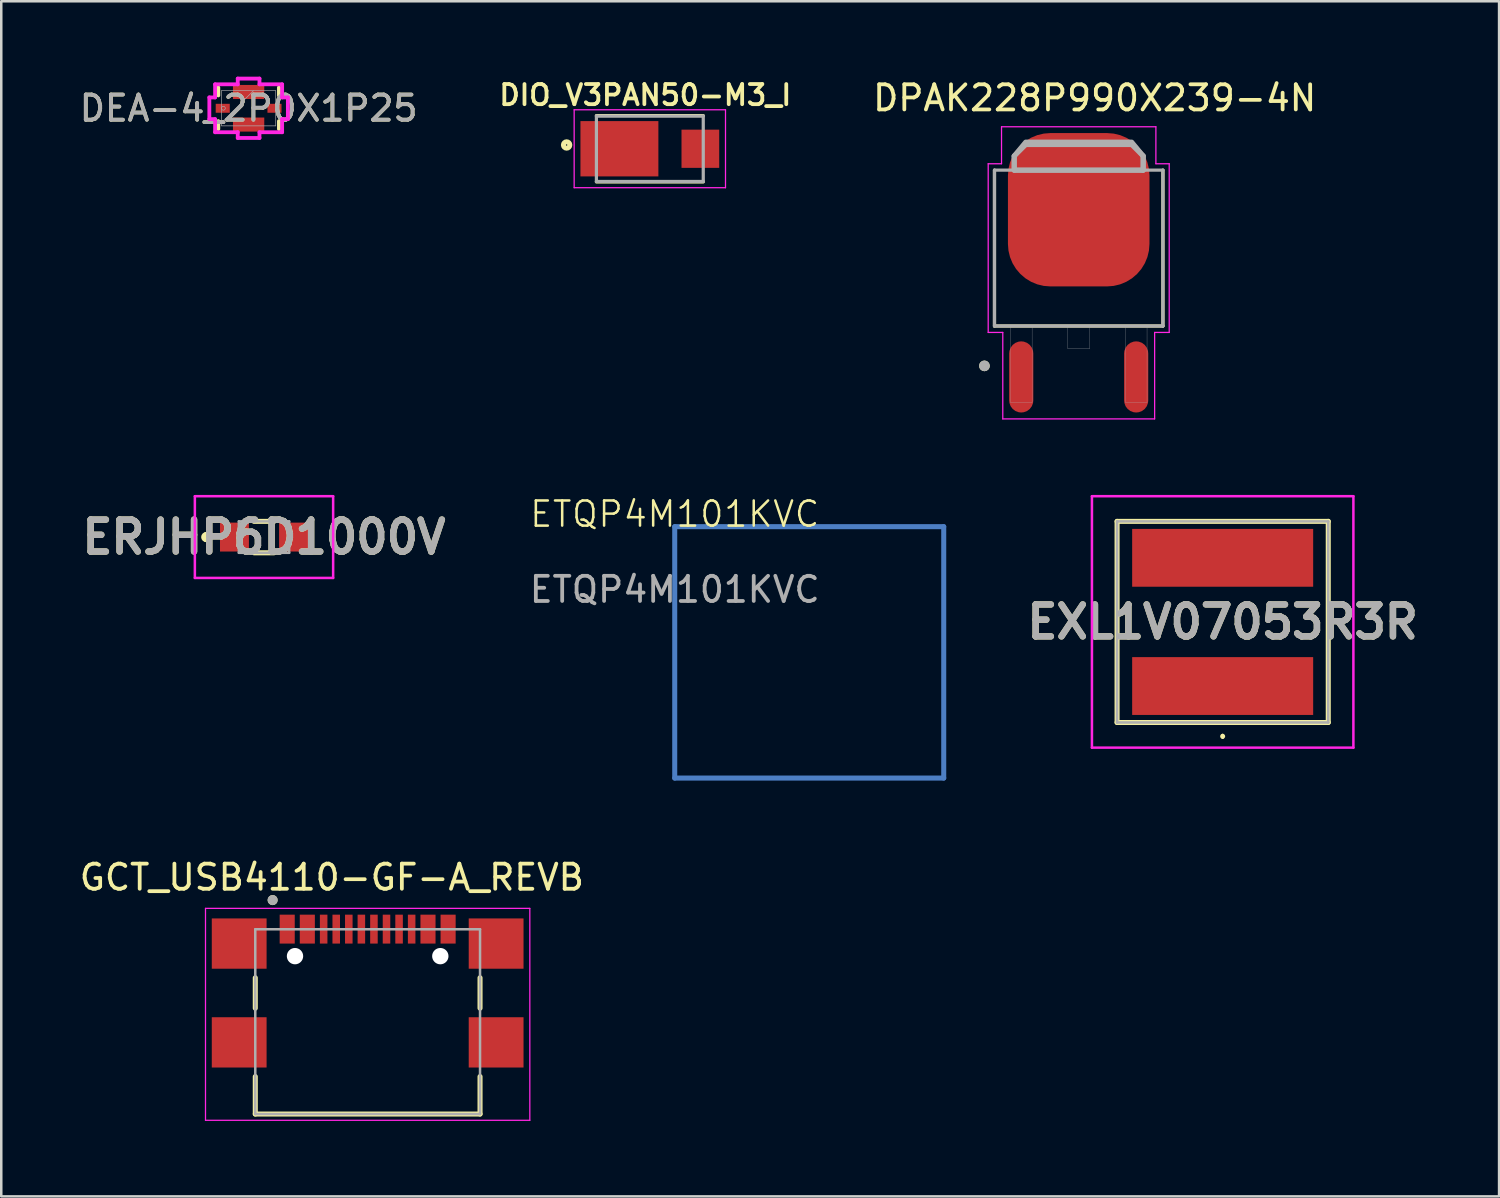
<source format=kicad_pcb>
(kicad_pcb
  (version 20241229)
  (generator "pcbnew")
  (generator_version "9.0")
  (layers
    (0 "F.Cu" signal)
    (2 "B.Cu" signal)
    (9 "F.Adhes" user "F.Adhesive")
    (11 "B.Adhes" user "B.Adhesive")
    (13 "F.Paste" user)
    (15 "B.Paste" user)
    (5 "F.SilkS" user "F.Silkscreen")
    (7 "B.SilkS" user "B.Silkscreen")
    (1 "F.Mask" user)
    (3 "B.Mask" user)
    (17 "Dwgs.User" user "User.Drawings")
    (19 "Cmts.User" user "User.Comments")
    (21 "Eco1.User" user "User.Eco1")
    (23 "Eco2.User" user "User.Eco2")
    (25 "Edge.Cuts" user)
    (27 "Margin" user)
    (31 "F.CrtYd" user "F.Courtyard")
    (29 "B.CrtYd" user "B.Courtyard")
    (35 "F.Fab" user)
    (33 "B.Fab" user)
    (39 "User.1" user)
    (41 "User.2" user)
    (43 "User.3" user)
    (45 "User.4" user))
  (footprint "DPAK228P990X239-4N"
    (layer "F.Cu")
    (at 39.857 7.803)
    (property "Reference" "DPAK228P990X239-4N" (at 0.635 -6.955 0) (layer "F.SilkS") (effects (font (size 1 1) (thickness 0.15))))
    (attr smd)
    (fp_line (start -3.35 2.115) (end -3.35 -4.085) (stroke (width 0.127) (type solid)) (layer "F.SilkS"))
    (fp_line (start 3.35 -4.085) (end 3.35 2.115) (stroke (width 0.127) (type solid)) (layer "F.SilkS"))
    (fp_line (start 3.35 2.115) (end -3.35 2.115) (stroke (width 0.127) (type solid)) (layer "F.SilkS"))
    (fp_circle (center -3.75 3.7) (end -3.638 3.7) (stroke (width 0.2) (type solid)) (fill no) (layer "F.SilkS"))
    (fp_poly (pts (xy -2.535 -5.27) (xy -1.225 -5.27) (xy -1.225 -3.81) (xy -2.535 -3.81)) (stroke (width 0.01) (type solid)) (fill yes) (layer "F.Paste"))
    (fp_poly (pts (xy -2.535 -3.24) (xy -1.225 -3.24) (xy -1.225 -1.78) (xy -2.535 -1.78)) (stroke (width 0.01) (type solid)) (fill yes) (layer "F.Paste"))
    (fp_poly (pts (xy -2.535 -1.21) (xy -1.225 -1.21) (xy -1.225 0.25) (xy -2.535 0.25)) (stroke (width 0.01) (type solid)) (fill yes) (layer "F.Paste"))
    (fp_poly (pts (xy -0.655 -5.27) (xy 0.655 -5.27) (xy 0.655 -3.81) (xy -0.655 -3.81)) (stroke (width 0.01) (type solid)) (fill yes) (layer "F.Paste"))
    (fp_poly (pts (xy -0.655 -3.24) (xy 0.655 -3.24) (xy 0.655 -1.78) (xy -0.655 -1.78)) (stroke (width 0.01) (type solid)) (fill yes) (layer "F.Paste"))
    (fp_poly (pts (xy -0.655 -1.21) (xy 0.655 -1.21) (xy 0.655 0.25) (xy -0.655 0.25)) (stroke (width 0.01) (type solid)) (fill yes) (layer "F.Paste"))
    (fp_poly (pts (xy 1.225 -5.27) (xy 2.535 -5.27) (xy 2.535 -3.81) (xy 1.225 -3.81)) (stroke (width 0.01) (type solid)) (fill yes) (layer "F.Paste"))
    (fp_poly (pts (xy 1.225 -3.24) (xy 2.535 -3.24) (xy 2.535 -1.78) (xy 1.225 -1.78)) (stroke (width 0.01) (type solid)) (fill yes) (layer "F.Paste"))
    (fp_poly (pts (xy 1.225 -1.21) (xy 2.535 -1.21) (xy 2.535 0.25) (xy 1.225 0.25)) (stroke (width 0.01) (type solid)) (fill yes) (layer "F.Paste"))
    (fp_line (start -3.6 -4.34) (end -3.07 -4.34) (stroke (width 0.05) (type solid)) (layer "F.CrtYd"))
    (fp_line (start -3.6 2.37) (end -3.6 -4.34) (stroke (width 0.05) (type solid)) (layer "F.CrtYd"))
    (fp_line (start -3.07 -5.81) (end 3.07 -5.81) (stroke (width 0.05) (type solid)) (layer "F.CrtYd"))
    (fp_line (start -3.07 -4.34) (end -3.07 -5.81) (stroke (width 0.05) (type solid)) (layer "F.CrtYd"))
    (fp_line (start -3.02 2.37) (end -3.6 2.37) (stroke (width 0.05) (type solid)) (layer "F.CrtYd"))
    (fp_line (start -3.02 5.81) (end -3.02 2.37) (stroke (width 0.05) (type solid)) (layer "F.CrtYd"))
    (fp_line (start 3.02 2.37) (end 3.02 5.81) (stroke (width 0.05) (type solid)) (layer "F.CrtYd"))
    (fp_line (start 3.02 5.81) (end -3.02 5.81) (stroke (width 0.05) (type solid)) (layer "F.CrtYd"))
    (fp_line (start 3.07 -5.81) (end 3.07 -4.34) (stroke (width 0.05) (type solid)) (layer "F.CrtYd"))
    (fp_line (start 3.07 -4.34) (end 3.6 -4.34) (stroke (width 0.05) (type solid)) (layer "F.CrtYd"))
    (fp_line (start 3.6 -4.34) (end 3.6 2.37) (stroke (width 0.05) (type solid)) (layer "F.CrtYd"))
    (fp_line (start 3.6 2.37) (end 3.02 2.37) (stroke (width 0.05) (type solid)) (layer "F.CrtYd"))
    (fp_line (start -3.35 -4.085) (end -2.565 -4.085) (stroke (width 0.127) (type solid)) (layer "F.Fab"))
    (fp_line (start -3.35 2.115) (end -3.35 -4.085) (stroke (width 0.127) (type solid)) (layer "F.Fab"))
    (fp_line (start -2.565 -4.648) (end -2.108 -5.105) (stroke (width 0.203) (type solid)) (layer "F.Fab"))
    (fp_line (start -2.565 -4.085) (end -2.565 -4.648) (stroke (width 0.203) (type solid)) (layer "F.Fab"))
    (fp_line (start -2.108 -5.105) (end 2.108 -5.105) (stroke (width 0.203) (type solid)) (layer "F.Fab"))
    (fp_line (start 2.108 -5.105) (end 2.565 -4.648) (stroke (width 0.203) (type solid)) (layer "F.Fab"))
    (fp_line (start 2.565 -4.648) (end 2.565 -4.085) (stroke (width 0.203) (type solid)) (layer "F.Fab"))
    (fp_line (start 2.565 -4.085) (end -2.565 -4.085) (stroke (width 0.203) (type solid)) (layer "F.Fab"))
    (fp_line (start 2.565 -4.085) (end 3.35 -4.085) (stroke (width 0.127) (type solid)) (layer "F.Fab"))
    (fp_line (start 3.35 -4.085) (end 3.35 2.115) (stroke (width 0.127) (type solid)) (layer "F.Fab"))
    (fp_line (start 3.35 2.115) (end -3.35 2.115) (stroke (width 0.127) (type solid)) (layer "F.Fab"))
    (fp_circle (center -3.75 3.7) (end -3.638 3.7) (stroke (width 0.2) (type solid)) (fill no) (layer "F.Fab"))
    (fp_poly (pts (xy -2.718 2.115) (xy -1.854 2.115) (xy -1.854 5.156) (xy -2.718 5.156)) (stroke (width 0.01) (type solid)) (fill no) (layer "F.Fab"))
    (fp_poly (pts (xy -0.432 2.115) (xy 0.432 2.115) (xy 0.432 3.023) (xy -0.432 3.023)) (stroke (width 0.01) (type solid)) (fill no) (layer "F.Fab"))
    (fp_poly (pts (xy 1.854 2.115) (xy 2.718 2.115) (xy 2.718 5.156) (xy 1.854 5.156)) (stroke (width 0.01) (type solid)) (fill no) (layer "F.Fab"))
    (fp_poly (pts (xy -2.565 -4.085) (xy -2.565 -4.648) (xy -2.108 -5.2) (xy 2.108 -5.2) (xy 2.565 -4.648) (xy 2.565 -4.085)) (stroke (width 0.2) (type solid)) (fill no) (layer "F.Fab"))
    (pad "1" smd roundrect (at -2.286 4.14) (size 0.96 2.83) (layers "F.Cu" "F.Mask" "F.Paste") (roundrect_rratio 0.5))
    (pad "2" smd roundrect (at 0 -2.51) (size 5.63 6.1) (layers "F.Cu" "F.Mask") (roundrect_rratio 0.3))
    (pad "3" smd roundrect (at 2.286 4.14) (size 0.96 2.83) (layers "F.Cu" "F.Mask" "F.Paste") (roundrect_rratio 0.5)))
  (footprint "DIO_V3PAN50-M3_I"
    (layer "F.Cu")
    (at 22.798 2.867)
    (property "Reference" "DIO_V3PAN50-M3_I" (at -0.18 -2.136 0) (layer "F.SilkS") (effects (font (size 0.801 0.801) (thickness 0.15))))
    (attr through_hole)
    (fp_line (start -2.125 -1.32) (end 2.125 -1.32) (stroke (width 0.127) (type solid)) (layer "F.SilkS"))
    (fp_line (start -2.125 1.32) (end 2.125 1.32) (stroke (width 0.127) (type solid)) (layer "F.SilkS"))
    (fp_circle (center -3.31 -0.15) (end -3.183 -0.15) (stroke (width 0.2) (type solid)) (fill no) (layer "F.SilkS"))
    (fp_line (start -3.01 -1.55) (end 3.01 -1.55) (stroke (width 0.05) (type solid)) (layer "F.CrtYd"))
    (fp_line (start -3.01 1.55) (end -3.01 -1.55) (stroke (width 0.05) (type solid)) (layer "F.CrtYd"))
    (fp_line (start 3.01 -1.55) (end 3.01 1.55) (stroke (width 0.05) (type solid)) (layer "F.CrtYd"))
    (fp_line (start 3.01 1.55) (end -3.01 1.55) (stroke (width 0.05) (type solid)) (layer "F.CrtYd"))
    (fp_line (start -2.125 -1.3) (end 2.125 -1.3) (stroke (width 0.127) (type solid)) (layer "F.Fab"))
    (fp_line (start -2.125 1.3) (end -2.125 -1.3) (stroke (width 0.127) (type solid)) (layer "F.Fab"))
    (fp_line (start 2.125 -1.3) (end 2.125 1.3) (stroke (width 0.127) (type solid)) (layer "F.Fab"))
    (fp_line (start 2.125 1.3) (end -2.125 1.3) (stroke (width 0.127) (type solid)) (layer "F.Fab"))
    (pad "A" smd rect (at 2.01 0) (size 1.5 1.52) (layers "F.Cu" "F.Mask" "F.Paste"))
    (pad "C" smd rect (at -1.21 0) (size 3.1 2.2) (layers "F.Cu" "F.Mask" "F.Paste")))
  (footprint "DEA-4_2P0X1P25"
    (layer "F.Cu")
    (at 6.839 1.257)
    (property "Reference" "DEA-4_2P0X1P25" (at 0 0 0) (unlocked yes) (layer "F.SilkS") (effects (font (size 1 1) (thickness 0.15))))
    (attr smd)
    (fp_line (start -1.206 -0.826) (end -1.206 -0.511) (stroke (width 0.152) (type solid)) (layer "F.SilkS"))
    (fp_line (start -1.206 0.511) (end -1.206 0.826) (stroke (width 0.152) (type solid)) (layer "F.SilkS"))
    (fp_line (start 1.206 -0.511) (end 1.206 -0.826) (stroke (width 0.152) (type solid)) (layer "F.SilkS"))
    (fp_line (start 1.206 0.826) (end 1.206 0.511) (stroke (width 0.152) (type solid)) (layer "F.SilkS"))
    (fp_line (start -1.562 -0.432) (end -1.333 -0.432) (stroke (width 0.152) (type solid)) (layer "F.CrtYd"))
    (fp_line (start -1.562 0.432) (end -1.562 -0.432) (stroke (width 0.152) (type solid)) (layer "F.CrtYd"))
    (fp_line (start -1.333 -0.953) (end -0.432 -0.953) (stroke (width 0.152) (type solid)) (layer "F.CrtYd"))
    (fp_line (start -1.333 -0.432) (end -1.333 -0.953) (stroke (width 0.152) (type solid)) (layer "F.CrtYd"))
    (fp_line (start -1.333 0.432) (end -1.562 0.432) (stroke (width 0.152) (type solid)) (layer "F.CrtYd"))
    (fp_line (start -1.333 0.953) (end -1.333 0.432) (stroke (width 0.152) (type solid)) (layer "F.CrtYd"))
    (fp_line (start -0.432 -1.181) (end 0.432 -1.181) (stroke (width 0.152) (type solid)) (layer "F.CrtYd"))
    (fp_line (start -0.432 -0.953) (end -0.432 -1.181) (stroke (width 0.152) (type solid)) (layer "F.CrtYd"))
    (fp_line (start -0.432 0.953) (end -1.333 0.953) (stroke (width 0.152) (type solid)) (layer "F.CrtYd"))
    (fp_line (start -0.432 1.181) (end -0.432 0.953) (stroke (width 0.152) (type solid)) (layer "F.CrtYd"))
    (fp_line (start 0.432 -1.181) (end 0.432 -0.953) (stroke (width 0.152) (type solid)) (layer "F.CrtYd"))
    (fp_line (start 0.432 -0.953) (end 1.333 -0.953) (stroke (width 0.152) (type solid)) (layer "F.CrtYd"))
    (fp_line (start 0.432 0.953) (end 0.432 1.181) (stroke (width 0.152) (type solid)) (layer "F.CrtYd"))
    (fp_line (start 0.432 1.181) (end -0.432 1.181) (stroke (width 0.152) (type solid)) (layer "F.CrtYd"))
    (fp_line (start 1.333 -0.953) (end 1.333 -0.432) (stroke (width 0.152) (type solid)) (layer "F.CrtYd"))
    (fp_line (start 1.333 -0.432) (end 1.562 -0.432) (stroke (width 0.152) (type solid)) (layer "F.CrtYd"))
    (fp_line (start 1.333 0.432) (end 1.333 0.953) (stroke (width 0.152) (type solid)) (layer "F.CrtYd"))
    (fp_line (start 1.333 0.953) (end 0.432 0.953) (stroke (width 0.152) (type solid)) (layer "F.CrtYd"))
    (fp_line (start 1.562 -0.432) (end 1.562 0.432) (stroke (width 0.152) (type solid)) (layer "F.CrtYd"))
    (fp_line (start 1.562 0.432) (end 1.333 0.432) (stroke (width 0.152) (type solid)) (layer "F.CrtYd"))
    (fp_line (start -1.079 -0.699) (end -1.079 0.699) (stroke (width 0.025) (type solid)) (layer "F.Fab"))
    (fp_line (start -1.079 0.572) (end 0.191 -0.699) (stroke (width 0.025) (type solid)) (layer "F.Fab"))
    (fp_line (start -1.079 0.699) (end 1.079 0.699) (stroke (width 0.025) (type solid)) (layer "F.Fab"))
    (fp_line (start 1.079 -0.699) (end -1.079 -0.699) (stroke (width 0.025) (type solid)) (layer "F.Fab"))
    (fp_line (start 1.079 0.699) (end 1.079 -0.699) (stroke (width 0.025) (type solid)) (layer "F.Fab"))
    (fp_circle (center -1.003 0) (end -0.927 0) (stroke (width 0.025) (type solid)) (fill no) (layer "F.Fab"))
    (fp_text user "${REFERENCE}" (at 0 0 0) (unlocked yes) (layer "F.Fab") (effects (font (size 1 1) (thickness 0.15))))
    (pad "1" smd rect (at -1.029 0) (size 0.559 0.356) (layers "F.Cu" "F.Mask" "F.Paste"))
    (pad "2" smd rect (at 0 -0.648 90) (size 0.559 1.245) (layers "F.Cu" "F.Mask" "F.Paste"))
    (pad "3" smd rect (at 1.029 0) (size 0.559 0.356) (layers "F.Cu" "F.Mask" "F.Paste"))
    (pad "4" smd rect (at 0 0.648 90) (size 0.559 1.245) (layers "F.Cu" "F.Mask" "F.Paste")))
  (footprint "ERJHP6D1000V"
    (layer "F.Cu")
    (at 7.451 18.313)
    (property "Reference" "ERJHP6D1000V" (at 0 0 0) (layer "F.SilkS") (effects (font (size 1.27 1.27) (thickness 0.254))))
    (attr smd)
    (fp_line (start -2.3 -0.1) (end -2.3 -0.1) (stroke (width 0.2) (type solid)) (layer "F.SilkS"))
    (fp_line (start -2.3 0.1) (end -2.3 0.1) (stroke (width 0.2) (type solid)) (layer "F.SilkS"))
    (fp_line (start -0.4 -0.625) (end 0.4 -0.625) (stroke (width 0.2) (type solid)) (layer "F.SilkS"))
    (fp_line (start -0.4 0.625) (end 0.4 0.625) (stroke (width 0.2) (type solid)) (layer "F.SilkS"))
    (fp_arc (start -2.3 -0.1) (mid -2.2 0) (end -2.3 0.1) (stroke (width 0.2) (type solid)) (layer "F.SilkS"))
    (fp_arc (start -2.3 0.1) (mid -2.4 0) (end -2.3 -0.1) (stroke (width 0.2) (type solid)) (layer "F.SilkS"))
    (fp_line (start -2.75 -1.625) (end 2.75 -1.625) (stroke (width 0.1) (type solid)) (layer "F.CrtYd"))
    (fp_line (start -2.75 1.625) (end -2.75 -1.625) (stroke (width 0.1) (type solid)) (layer "F.CrtYd"))
    (fp_line (start 2.75 -1.625) (end 2.75 1.625) (stroke (width 0.1) (type solid)) (layer "F.CrtYd"))
    (fp_line (start 2.75 1.625) (end -2.75 1.625) (stroke (width 0.1) (type solid)) (layer "F.CrtYd"))
    (fp_line (start -1 -0.625) (end 1 -0.625) (stroke (width 0.1) (type solid)) (layer "F.Fab"))
    (fp_line (start -1 0.625) (end -1 -0.625) (stroke (width 0.1) (type solid)) (layer "F.Fab"))
    (fp_line (start 1 -0.625) (end 1 0.625) (stroke (width 0.1) (type solid)) (layer "F.Fab"))
    (fp_line (start 1 0.625) (end -1 0.625) (stroke (width 0.1) (type solid)) (layer "F.Fab"))
    (fp_text user "${REFERENCE}" (at 0 0 0) (layer "F.Fab") (effects (font (size 1.27 1.27) (thickness 0.254))))
    (pad "1" smd rect (at -1.175 0) (size 1.15 1.15) (layers "F.Cu" "F.Mask" "F.Paste"))
    (pad "2" smd rect (at 1.175 0) (size 1.15 1.15) (layers "F.Cu" "F.Mask" "F.Paste")))
  (footprint "EXL1V07053R3R"
    (layer "F.Cu")
    (at 45.583 21.688)
    (property "Reference" "EXL1V07053R3R" (at 0 0 0) (layer "F.SilkS") (effects (font (size 1.27 1.27) (thickness 0.254))))
    (attr smd)
    (fp_line (start -4.2 -4) (end 4.2 -4) (stroke (width 0.2) (type solid)) (layer "F.SilkS"))
    (fp_line (start -4.2 4) (end -4.2 -4) (stroke (width 0.2) (type solid)) (layer "F.SilkS"))
    (fp_line (start 0 4.5) (end 0 4.5) (stroke (width 0.1) (type solid)) (layer "F.SilkS"))
    (fp_line (start 0 4.6) (end 0 4.6) (stroke (width 0.1) (type solid)) (layer "F.SilkS"))
    (fp_line (start 4.2 -4) (end 4.2 4) (stroke (width 0.2) (type solid)) (layer "F.SilkS"))
    (fp_line (start 4.2 4) (end -4.2 4) (stroke (width 0.2) (type solid)) (layer "F.SilkS"))
    (fp_arc (start 0 4.5) (mid 0.05 4.55) (end 0 4.6) (stroke (width 0.1) (type solid)) (layer "F.SilkS"))
    (fp_arc (start 0 4.6) (mid -0.05 4.55) (end 0 4.5) (stroke (width 0.1) (type solid)) (layer "F.SilkS"))
    (fp_line (start -5.2 -5) (end 5.2 -5) (stroke (width 0.1) (type solid)) (layer "F.CrtYd"))
    (fp_line (start -5.2 5) (end -5.2 -5) (stroke (width 0.1) (type solid)) (layer "F.CrtYd"))
    (fp_line (start 5.2 -5) (end 5.2 5) (stroke (width 0.1) (type solid)) (layer "F.CrtYd"))
    (fp_line (start 5.2 5) (end -5.2 5) (stroke (width 0.1) (type solid)) (layer "F.CrtYd"))
    (fp_line (start -4.2 -4) (end -4.2 4) (stroke (width 0.1) (type solid)) (layer "F.Fab"))
    (fp_line (start -4.2 4) (end 4.2 4) (stroke (width 0.1) (type solid)) (layer "F.Fab"))
    (fp_line (start 4.2 -4) (end -4.2 -4) (stroke (width 0.1) (type solid)) (layer "F.Fab"))
    (fp_line (start 4.2 4) (end 4.2 -4) (stroke (width 0.1) (type solid)) (layer "F.Fab"))
    (fp_text user "${REFERENCE}" (at 0 0 0) (layer "F.Fab") (effects (font (size 1.27 1.27) (thickness 0.254))))
    (pad "1" smd rect (at 0 2.55 90) (size 2.3 7.2) (layers "F.Cu" "F.Mask" "F.Paste"))
    (pad "2" smd rect (at 0 -2.55 90) (size 2.3 7.2) (layers "F.Cu" "F.Mask" "F.Paste")))
  (footprint "GCT_USB4110-GF-A_REVB"
    (layer "F.Cu")
    (at 11.574 34.982)
    (property "Reference" "GCT_USB4110-GF-A_REVB" (at -1.425 -3.135 0) (layer "F.SilkS") (effects (font (size 1 1) (thickness 0.15))))
    (attr smd)
    (fp_line (start -4.47 0.86) (end -4.47 2.07) (stroke (width 0.2) (type solid)) (layer "F.SilkS"))
    (fp_line (start -4.47 4.79) (end -4.47 6.28) (stroke (width 0.2) (type solid)) (layer "F.SilkS"))
    (fp_line (start -4.47 6.28) (end 4.47 6.28) (stroke (width 0.2) (type solid)) (layer "F.SilkS"))
    (fp_line (start 4.47 0.86) (end 4.47 2.07) (stroke (width 0.2) (type solid)) (layer "F.SilkS"))
    (fp_line (start 4.47 6.28) (end 4.47 4.79) (stroke (width 0.2) (type solid)) (layer "F.SilkS"))
    (fp_circle (center -3.78 -2.23) (end -3.68 -2.23) (stroke (width 0.2) (type solid)) (fill no) (layer "F.SilkS"))
    (fp_line (start -6.45 -1.9) (end 6.45 -1.9) (stroke (width 0.05) (type solid)) (layer "F.CrtYd"))
    (fp_line (start -6.45 6.53) (end -6.45 -1.9) (stroke (width 0.05) (type solid)) (layer "F.CrtYd"))
    (fp_line (start 6.45 -1.9) (end 6.45 6.53) (stroke (width 0.05) (type solid)) (layer "F.CrtYd"))
    (fp_line (start 6.45 6.53) (end -6.45 6.53) (stroke (width 0.05) (type solid)) (layer "F.CrtYd"))
    (fp_line (start -4.47 -1.07) (end -4.47 6.28) (stroke (width 0.1) (type solid)) (layer "F.Fab"))
    (fp_line (start -4.47 6.28) (end 4.47 6.28) (stroke (width 0.1) (type solid)) (layer "F.Fab"))
    (fp_line (start 4.47 -1.07) (end -4.47 -1.07) (stroke (width 0.1) (type solid)) (layer "F.Fab"))
    (fp_line (start 4.47 6.28) (end 4.47 -1.07) (stroke (width 0.1) (type solid)) (layer "F.Fab"))
    (fp_circle (center -3.78 -2.23) (end -3.68 -2.23) (stroke (width 0.2) (type solid)) (fill no) (layer "F.Fab"))
    (pad "" np_thru_hole circle (at -2.89 0) (size 0.65 0.65) (drill 0.65) (layers "*.Cu" "*.Mask"))
    (pad "" np_thru_hole circle (at 2.89 0) (size 0.65 0.65) (drill 0.65) (layers "*.Cu" "*.Mask"))
    (pad "A1/B12" smd rect (at -3.2 -1.075) (size 0.6 1.15) (layers "F.Cu" "F.Mask" "F.Paste"))
    (pad "A4/B9" smd rect (at -2.4 -1.075) (size 0.6 1.15) (layers "F.Cu" "F.Mask" "F.Paste"))
    (pad "A5" smd rect (at -1.25 -1.075) (size 0.3 1.15) (layers "F.Cu" "F.Mask" "F.Paste"))
    (pad "A6" smd rect (at -0.25 -1.075) (size 0.3 1.15) (layers "F.Cu" "F.Mask" "F.Paste"))
    (pad "A7" smd rect (at 0.25 -1.075) (size 0.3 1.15) (layers "F.Cu" "F.Mask" "F.Paste"))
    (pad "A8" smd rect (at 1.25 -1.075) (size 0.3 1.15) (layers "F.Cu" "F.Mask" "F.Paste"))
    (pad "B1/A12" smd rect (at 3.2 -1.075) (size 0.6 1.15) (layers "F.Cu" "F.Mask" "F.Paste"))
    (pad "B4/A9" smd rect (at 2.4 -1.075) (size 0.6 1.15) (layers "F.Cu" "F.Mask" "F.Paste"))
    (pad "B5" smd rect (at 1.75 -1.075) (size 0.3 1.15) (layers "F.Cu" "F.Mask" "F.Paste"))
    (pad "B6" smd rect (at 0.75 -1.075) (size 0.3 1.15) (layers "F.Cu" "F.Mask" "F.Paste"))
    (pad "B7" smd rect (at -0.75 -1.075) (size 0.3 1.15) (layers "F.Cu" "F.Mask" "F.Paste"))
    (pad "B8" smd rect (at -1.75 -1.075) (size 0.3 1.15) (layers "F.Cu" "F.Mask" "F.Paste"))
    (pad "S1" smd rect (at -5.11 -0.5) (size 2.18 2) (layers "F.Cu" "F.Mask" "F.Paste"))
    (pad "S2" smd rect (at 5.11 -0.5) (size 2.18 2) (layers "F.Cu" "F.Mask" "F.Paste"))
    (pad "S3" smd rect (at -5.11 3.43) (size 2.18 2) (layers "F.Cu" "F.Mask" "F.Paste"))
    (pad "S4" smd rect (at 5.11 3.43) (size 2.18 2) (layers "F.Cu" "F.Mask" "F.Paste")))
  (footprint "ETQP4M101KVC"
    (layer "F.Cu")
    (at 23.788 17.899)
    (property "Reference" "ETQP4M101KVC" (at 0 -0.5 0) (unlocked yes) (layer "F.SilkS") (effects (font (size 1 1) (thickness 0.1))))
    (attr smd)
    (fp_line (start 0 0) (end 10.7 0) (stroke (width 0.2) (type default)) (layer "B.Cu"))
    (fp_line (start 0 10) (end 0 0) (stroke (width 0.2) (type default)) (layer "B.Cu"))
    (fp_line (start 10.7 0) (end 10.7 10) (stroke (width 0.2) (type default)) (layer "B.Cu"))
    (fp_line (start 10.7 10) (end 0 10) (stroke (width 0.2) (type default)) (layer "B.Cu"))
    (fp_text user "${REFERENCE}" (at 0 2.5 0) (unlocked yes) (layer "F.Fab") (effects (font (size 1 1) (thickness 0.15)))))
  (gr_rect
    (start -3 -3)
    (end 56.578 44.537)
    (stroke (width 0.1) (type default))
    (fill no)
    (layer "Edge.Cuts")))
</source>
